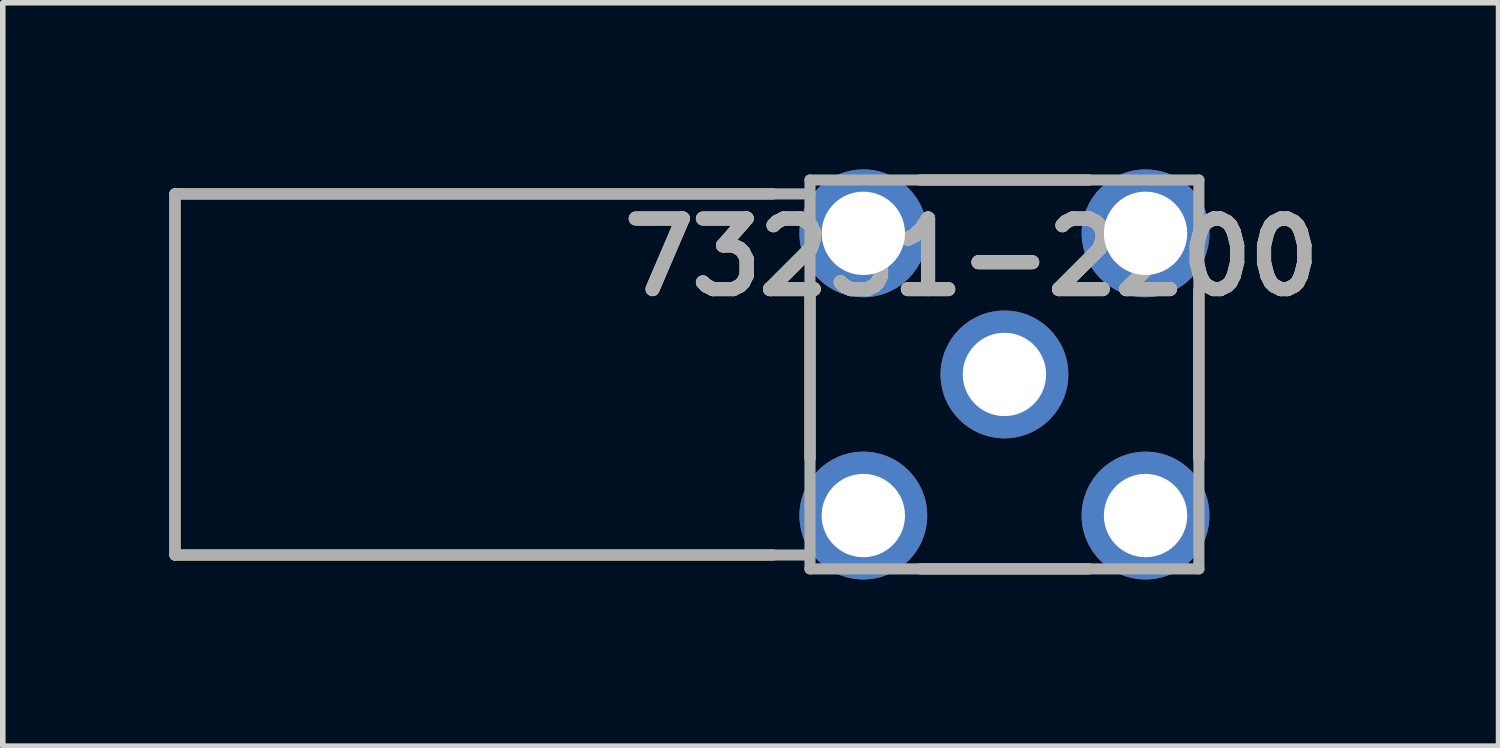
<source format=kicad_pcb>
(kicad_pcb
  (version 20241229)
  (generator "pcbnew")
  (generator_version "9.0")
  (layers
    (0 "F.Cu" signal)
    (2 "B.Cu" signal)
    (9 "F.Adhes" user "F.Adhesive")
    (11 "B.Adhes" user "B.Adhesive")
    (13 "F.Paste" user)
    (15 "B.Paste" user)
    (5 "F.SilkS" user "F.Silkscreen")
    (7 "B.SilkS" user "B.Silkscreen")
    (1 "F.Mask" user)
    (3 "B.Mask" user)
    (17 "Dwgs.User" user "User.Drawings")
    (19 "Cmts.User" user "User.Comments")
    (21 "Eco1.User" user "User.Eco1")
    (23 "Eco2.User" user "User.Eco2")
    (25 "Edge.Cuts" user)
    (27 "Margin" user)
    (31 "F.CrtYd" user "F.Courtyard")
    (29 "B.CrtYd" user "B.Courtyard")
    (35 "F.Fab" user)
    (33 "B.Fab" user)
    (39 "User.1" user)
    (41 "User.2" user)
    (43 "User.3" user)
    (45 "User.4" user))
  (footprint "73251-2200"
    (layer "F.Cu")
    (at 15.03 3.69)
    (property "Reference" "73251-2200" (at -0.589 -2.111 0) (layer "F.SilkS") (effects (font (size 1.27 1.27) (thickness 0.254))))
    (attr through_hole)
    (fp_line (start -14.93 -3.25) (end -14.93 3.25) (stroke (width 0.2) (type solid)) (layer "F.SilkS"))
    (fp_line (start -14.93 -3.25) (end -4.162 -3.25) (stroke (width 0.2) (type solid)) (layer "F.SilkS"))
    (fp_line (start -14.93 3.25) (end -4.162 3.25) (stroke (width 0.2) (type solid)) (layer "F.SilkS"))
    (fp_line (start -3.5 -1.516) (end -3.5 1.516) (stroke (width 0.2) (type solid)) (layer "F.SilkS"))
    (fp_line (start -1.516 -3.5) (end 1.516 -3.5) (stroke (width 0.2) (type solid)) (layer "F.SilkS"))
    (fp_line (start -1.516 3.5) (end 1.516 3.5) (stroke (width 0.2) (type solid)) (layer "F.SilkS"))
    (fp_line (start 3.5 -1.516) (end 3.5 1.516) (stroke (width 0.2) (type solid)) (layer "F.SilkS"))
    (fp_line (start -14.93 -3.25) (end -14.93 3.25) (stroke (width 0.2) (type solid)) (layer "F.Fab"))
    (fp_line (start -14.93 3.25) (end -3.5 3.25) (stroke (width 0.2) (type solid)) (layer "F.Fab"))
    (fp_line (start -3.5 -3.5) (end 3.5 -3.5) (stroke (width 0.2) (type solid)) (layer "F.Fab"))
    (fp_line (start -3.5 -3.25) (end -14.93 -3.25) (stroke (width 0.2) (type solid)) (layer "F.Fab"))
    (fp_line (start -3.5 3.5) (end -3.5 -3.5) (stroke (width 0.2) (type solid)) (layer "F.Fab"))
    (fp_line (start 3.5 -3.5) (end 3.5 3.5) (stroke (width 0.2) (type solid)) (layer "F.Fab"))
    (fp_line (start 3.5 3.5) (end -3.5 3.5) (stroke (width 0.2) (type solid)) (layer "F.Fab"))
    (fp_text user "${REFERENCE}" (at -0.589 -2.111 0) (layer "F.Fab") (effects (font (size 1.27 1.27) (thickness 0.254))))
    (pad "1" thru_hole circle (at -2.54 -2.54) (size 2.3 2.3) (drill 1.5) (layers "*.Cu" "*.Mask"))
    (pad "2" thru_hole circle (at 2.54 -2.54) (size 2.3 2.3) (drill 1.5) (layers "*.Cu" "*.Mask"))
    (pad "3" thru_hole circle (at -2.54 2.54) (size 2.3 2.3) (drill 1.5) (layers "*.Cu" "*.Mask"))
    (pad "4" thru_hole circle (at 2.54 2.54) (size 2.3 2.3) (drill 1.5) (layers "*.Cu" "*.Mask"))
    (pad "5" thru_hole circle (at 0 0) (size 2.3 2.3) (drill 1.5) (layers "*.Cu" "*.Mask")))
  (gr_rect
    (start -3 -3)
    (end 23.924 10.38)
    (stroke (width 0.1) (type default))
    (fill no)
    (layer "Edge.Cuts")))
</source>
